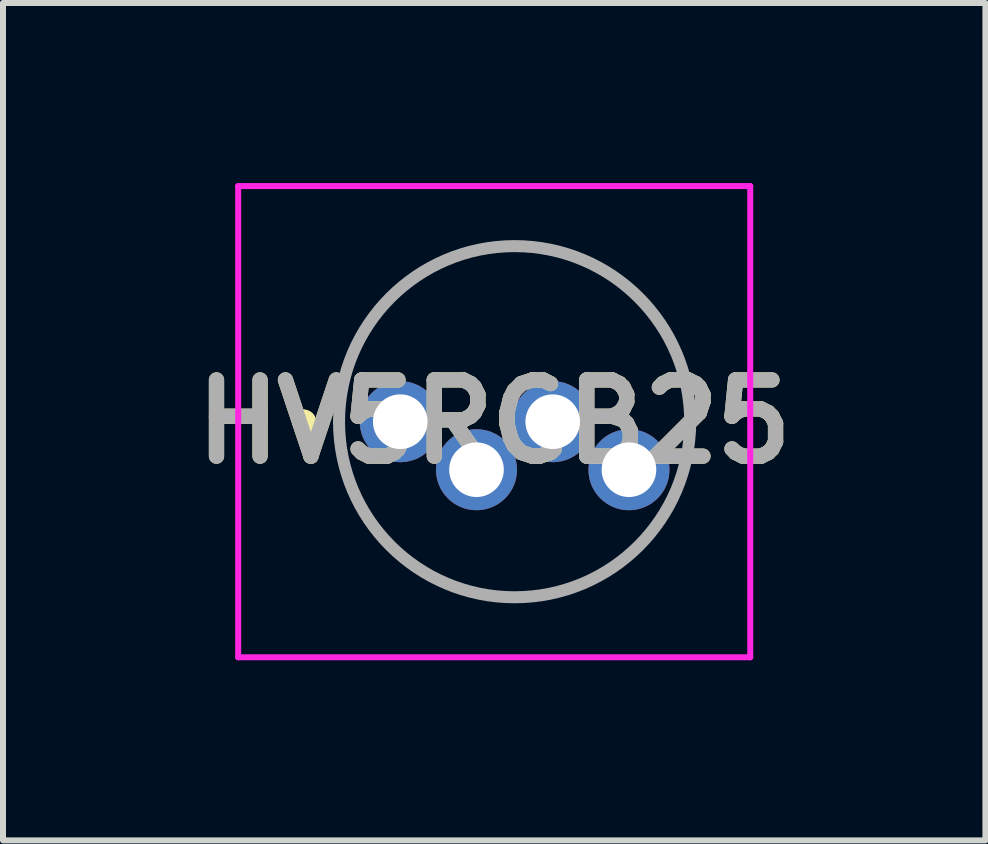
<source format=kicad_pcb>
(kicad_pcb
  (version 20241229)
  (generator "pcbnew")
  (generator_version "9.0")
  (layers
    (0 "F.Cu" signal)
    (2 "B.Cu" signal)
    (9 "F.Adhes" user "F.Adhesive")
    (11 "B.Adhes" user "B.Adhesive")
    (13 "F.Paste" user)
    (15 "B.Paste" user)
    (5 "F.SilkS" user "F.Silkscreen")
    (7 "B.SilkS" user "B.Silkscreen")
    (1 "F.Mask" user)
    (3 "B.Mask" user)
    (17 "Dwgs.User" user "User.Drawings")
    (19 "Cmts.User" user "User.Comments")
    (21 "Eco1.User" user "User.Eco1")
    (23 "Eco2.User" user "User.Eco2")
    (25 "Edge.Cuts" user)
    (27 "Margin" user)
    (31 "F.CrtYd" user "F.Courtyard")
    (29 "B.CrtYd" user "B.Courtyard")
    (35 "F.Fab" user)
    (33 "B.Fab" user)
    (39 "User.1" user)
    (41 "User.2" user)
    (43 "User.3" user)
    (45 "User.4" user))
  (footprint "HV5RGB25"
    (layer "F.Cu")
    (at 3.618 3.975)
    (property "Reference" "HV5RGB25" (at 1.565 0 0) (layer "F.SilkS") (effects (font (size 1.27 1.27) (thickness 0.254))))
    (attr through_hole)
    (fp_line (start -1.6 -0.1) (end -1.6 -0.1) (stroke (width 0.2) (type solid)) (layer "F.SilkS"))
    (fp_line (start -1.6 0.1) (end -1.6 0.1) (stroke (width 0.2) (type solid)) (layer "F.SilkS"))
    (fp_line (start -1.02 0) (end -1.02 0) (stroke (width 0.1) (type solid)) (layer "F.SilkS"))
    (fp_line (start 4.83 0) (end 4.83 0) (stroke (width 0.1) (type solid)) (layer "F.SilkS"))
    (fp_arc (start -1.6 -0.1) (mid -1.5 0) (end -1.6 0.1) (stroke (width 0.2) (type solid)) (layer "F.SilkS"))
    (fp_arc (start -1.6 0.1) (mid -1.7 0) (end -1.6 -0.1) (stroke (width 0.2) (type solid)) (layer "F.SilkS"))
    (fp_arc (start -1.02 0) (mid 1.905 -2.925) (end 4.83 0) (stroke (width 0.1) (type solid)) (layer "F.SilkS"))
    (fp_arc (start 4.83 0) (mid 1.905 2.925) (end -1.02 0) (stroke (width 0.1) (type solid)) (layer "F.SilkS"))
    (fp_line (start -2.7 -3.925) (end 5.83 -3.925) (stroke (width 0.1) (type solid)) (layer "F.CrtYd"))
    (fp_line (start -2.7 3.925) (end -2.7 -3.925) (stroke (width 0.1) (type solid)) (layer "F.CrtYd"))
    (fp_line (start 5.83 -3.925) (end 5.83 3.925) (stroke (width 0.1) (type solid)) (layer "F.CrtYd"))
    (fp_line (start 5.83 3.925) (end -2.7 3.925) (stroke (width 0.1) (type solid)) (layer "F.CrtYd"))
    (fp_line (start -1.02 0) (end -1.02 0) (stroke (width 0.2) (type solid)) (layer "F.Fab"))
    (fp_line (start 4.83 0) (end 4.83 0) (stroke (width 0.2) (type solid)) (layer "F.Fab"))
    (fp_arc (start -1.02 0) (mid 1.905 -2.925) (end 4.83 0) (stroke (width 0.2) (type solid)) (layer "F.Fab"))
    (fp_arc (start 4.83 0) (mid 1.905 2.925) (end -1.02 0) (stroke (width 0.2) (type solid)) (layer "F.Fab"))
    (fp_text user "${REFERENCE}" (at 1.565 0 0) (layer "F.Fab") (effects (font (size 1.27 1.27) (thickness 0.254))))
    (pad "1" thru_hole circle (at 0 0) (size 1.35 1.35) (drill 0.91) (layers "*.Cu" "*.Mask"))
    (pad "2" thru_hole circle (at 1.27 0.8) (size 1.35 1.35) (drill 0.91) (layers "*.Cu" "*.Mask"))
    (pad "3" thru_hole circle (at 2.54 0) (size 1.35 1.35) (drill 0.91) (layers "*.Cu" "*.Mask"))
    (pad "4" thru_hole circle (at 3.81 0.8) (size 1.35 1.35) (drill 0.91) (layers "*.Cu" "*.Mask")))
  (gr_rect
    (start -3 -3)
    (end 13.366 10.95)
    (stroke (width 0.1) (type default))
    (fill no)
    (layer "Edge.Cuts")))
</source>
